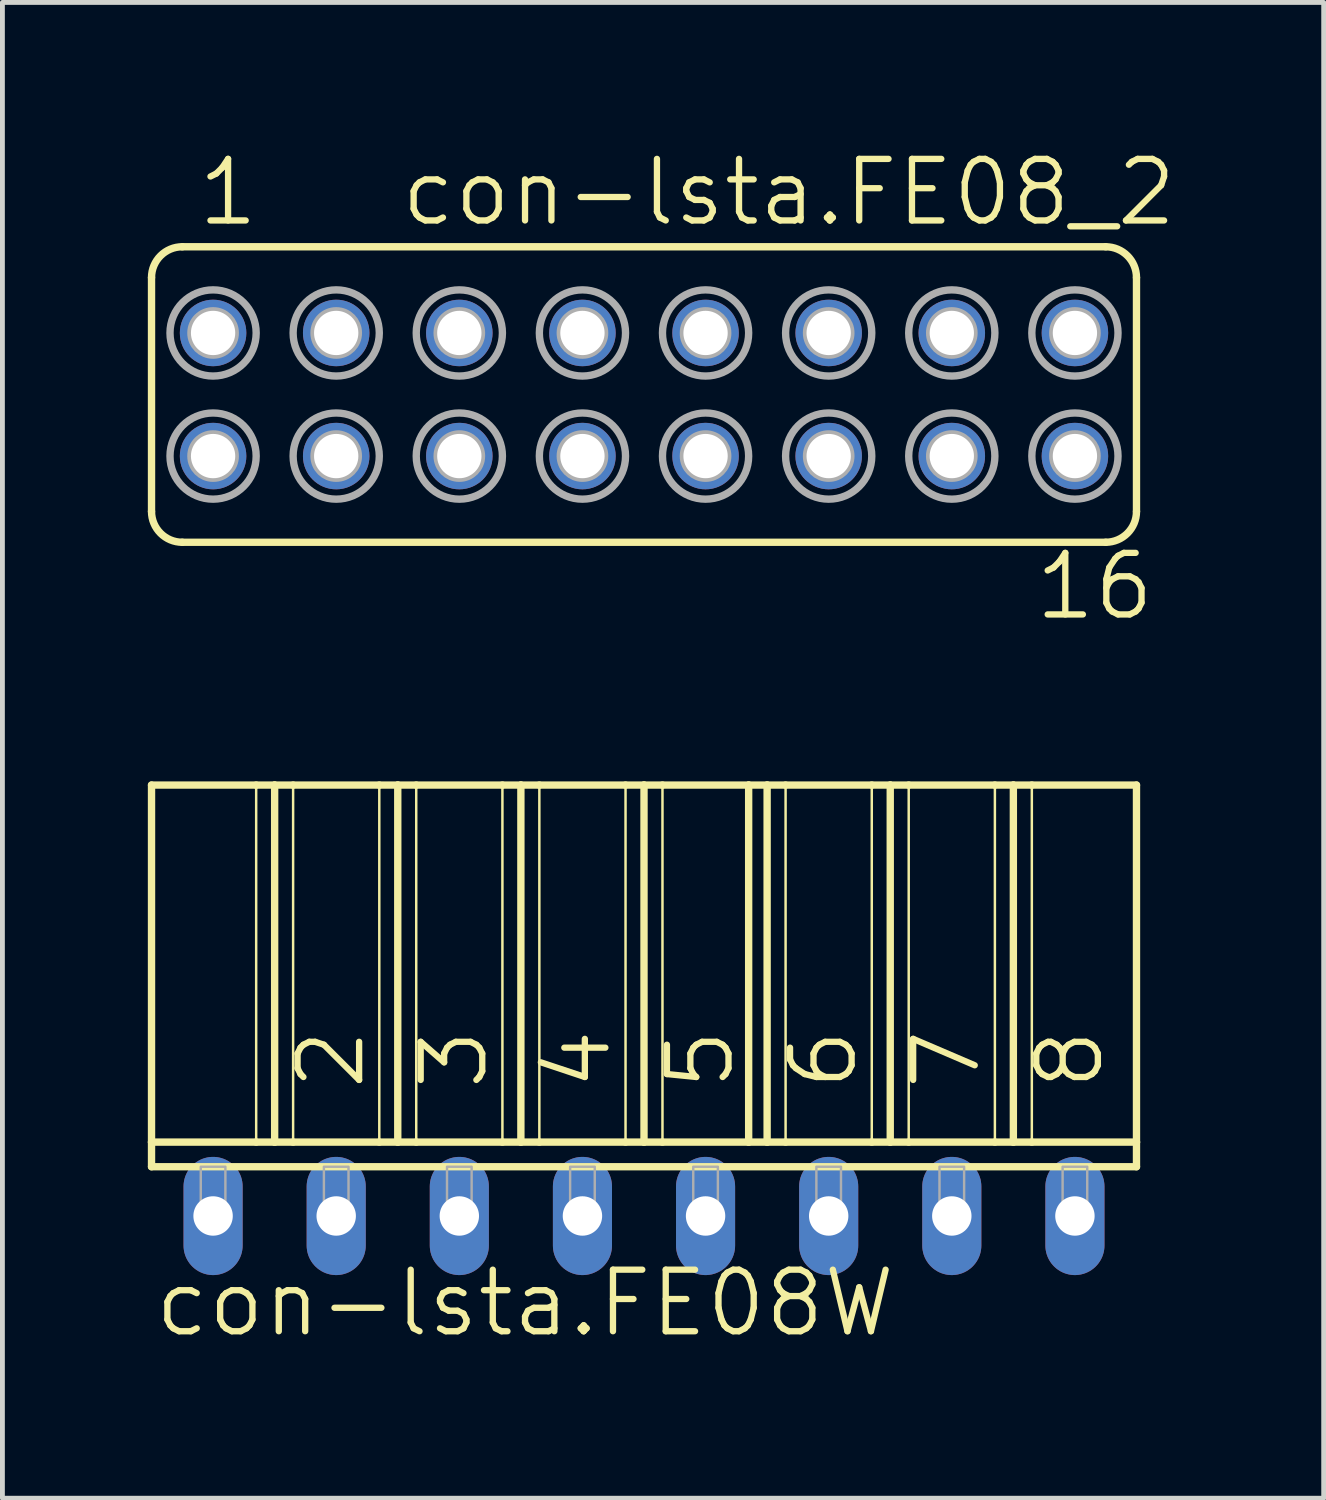
<source format=kicad_pcb>
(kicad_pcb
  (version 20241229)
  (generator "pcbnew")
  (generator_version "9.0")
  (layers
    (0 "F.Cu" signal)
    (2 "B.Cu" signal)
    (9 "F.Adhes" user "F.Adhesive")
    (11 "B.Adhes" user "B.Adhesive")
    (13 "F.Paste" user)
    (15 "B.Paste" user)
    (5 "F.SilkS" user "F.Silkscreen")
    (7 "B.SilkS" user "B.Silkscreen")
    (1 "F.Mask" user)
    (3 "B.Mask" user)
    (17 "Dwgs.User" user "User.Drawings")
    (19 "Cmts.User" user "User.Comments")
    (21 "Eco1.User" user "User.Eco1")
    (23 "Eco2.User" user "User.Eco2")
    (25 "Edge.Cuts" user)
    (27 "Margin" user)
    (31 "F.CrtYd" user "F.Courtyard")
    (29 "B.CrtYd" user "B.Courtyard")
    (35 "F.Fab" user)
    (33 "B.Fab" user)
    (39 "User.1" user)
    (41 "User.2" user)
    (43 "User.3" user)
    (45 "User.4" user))
  (footprint "con-lsta.FE08_2"
    (layer "F.Cu")
    (at 10.236 5.089)
    (property "Reference" "con-lsta.FE08_2" (at -5.08 -3.429 0) (layer "F.SilkS") (effects (font (size 1.27 1.27) (thickness 0.13)) (justify left bottom)))
    (attr through_hole)
    (fp_line (start -10.16 2.413) (end -10.16 -2.413) (stroke (width 0.152) (type default)) (layer "F.SilkS"))
    (fp_line (start -9.525 -3.048) (end 9.525 -3.048) (stroke (width 0.152) (type default)) (layer "F.SilkS"))
    (fp_line (start -9.525 3.048) (end 9.525 3.048) (stroke (width 0.152) (type default)) (layer "F.SilkS"))
    (fp_line (start 10.16 2.413) (end 10.16 -2.413) (stroke (width 0.152) (type default)) (layer "F.SilkS"))
    (fp_arc (start -10.16 -2.413) (mid -9.974013 -2.862013) (end -9.525 -3.048) (stroke (width 0.1524) (type default)) (layer "F.SilkS"))
    (fp_arc (start -9.525 3.048) (mid -9.974013 2.862013) (end -10.16 2.413) (stroke (width 0.1524) (type default)) (layer "F.SilkS"))
    (fp_arc (start 9.525 -3.048) (mid 9.974013 -2.862013) (end 10.16 -2.413) (stroke (width 0.1524) (type default)) (layer "F.SilkS"))
    (fp_arc (start 10.16 2.413) (mid 9.974013 2.862013) (end 9.525 3.048) (stroke (width 0.1524) (type default)) (layer "F.SilkS"))
    (fp_circle (center -8.89 -1.27) (end -8.763 -1.27) (stroke (width 0.406) (type default)) (fill no) (layer "F.Fab"))
    (fp_circle (center -8.89 -1.27) (end -8.001 -1.27) (stroke (width 0.152) (type default)) (fill no) (layer "F.Fab"))
    (fp_circle (center -8.89 1.27) (end -8.763 1.27) (stroke (width 0.406) (type default)) (fill no) (layer "F.Fab"))
    (fp_circle (center -8.89 1.27) (end -8.001 1.27) (stroke (width 0.152) (type default)) (fill no) (layer "F.Fab"))
    (fp_circle (center -6.35 -1.27) (end -6.223 -1.27) (stroke (width 0.406) (type default)) (fill no) (layer "F.Fab"))
    (fp_circle (center -6.35 -1.27) (end -5.461 -1.27) (stroke (width 0.152) (type default)) (fill no) (layer "F.Fab"))
    (fp_circle (center -6.35 1.27) (end -6.223 1.27) (stroke (width 0.406) (type default)) (fill no) (layer "F.Fab"))
    (fp_circle (center -6.35 1.27) (end -5.461 1.27) (stroke (width 0.152) (type default)) (fill no) (layer "F.Fab"))
    (fp_circle (center -3.81 -1.27) (end -3.683 -1.27) (stroke (width 0.406) (type default)) (fill no) (layer "F.Fab"))
    (fp_circle (center -3.81 -1.27) (end -2.921 -1.27) (stroke (width 0.152) (type default)) (fill no) (layer "F.Fab"))
    (fp_circle (center -3.81 1.27) (end -3.683 1.27) (stroke (width 0.406) (type default)) (fill no) (layer "F.Fab"))
    (fp_circle (center -3.81 1.27) (end -2.921 1.27) (stroke (width 0.152) (type default)) (fill no) (layer "F.Fab"))
    (fp_circle (center -1.27 -1.27) (end -1.143 -1.27) (stroke (width 0.406) (type default)) (fill no) (layer "F.Fab"))
    (fp_circle (center -1.27 -1.27) (end -0.381 -1.27) (stroke (width 0.152) (type default)) (fill no) (layer "F.Fab"))
    (fp_circle (center -1.27 1.27) (end -1.143 1.27) (stroke (width 0.406) (type default)) (fill no) (layer "F.Fab"))
    (fp_circle (center -1.27 1.27) (end -0.381 1.27) (stroke (width 0.152) (type default)) (fill no) (layer "F.Fab"))
    (fp_circle (center 1.27 -1.27) (end 1.397 -1.27) (stroke (width 0.406) (type default)) (fill no) (layer "F.Fab"))
    (fp_circle (center 1.27 -1.27) (end 2.159 -1.27) (stroke (width 0.152) (type default)) (fill no) (layer "F.Fab"))
    (fp_circle (center 1.27 1.27) (end 1.397 1.27) (stroke (width 0.406) (type default)) (fill no) (layer "F.Fab"))
    (fp_circle (center 1.27 1.27) (end 2.159 1.27) (stroke (width 0.152) (type default)) (fill no) (layer "F.Fab"))
    (fp_circle (center 3.81 -1.27) (end 3.937 -1.27) (stroke (width 0.406) (type default)) (fill no) (layer "F.Fab"))
    (fp_circle (center 3.81 -1.27) (end 4.699 -1.27) (stroke (width 0.152) (type default)) (fill no) (layer "F.Fab"))
    (fp_circle (center 3.81 1.27) (end 3.937 1.27) (stroke (width 0.406) (type default)) (fill no) (layer "F.Fab"))
    (fp_circle (center 3.81 1.27) (end 4.699 1.27) (stroke (width 0.152) (type default)) (fill no) (layer "F.Fab"))
    (fp_circle (center 6.35 -1.27) (end 6.477 -1.27) (stroke (width 0.406) (type default)) (fill no) (layer "F.Fab"))
    (fp_circle (center 6.35 -1.27) (end 7.239 -1.27) (stroke (width 0.152) (type default)) (fill no) (layer "F.Fab"))
    (fp_circle (center 6.35 1.27) (end 6.477 1.27) (stroke (width 0.406) (type default)) (fill no) (layer "F.Fab"))
    (fp_circle (center 6.35 1.27) (end 7.239 1.27) (stroke (width 0.152) (type default)) (fill no) (layer "F.Fab"))
    (fp_circle (center 8.89 -1.27) (end 9.017 -1.27) (stroke (width 0.406) (type default)) (fill no) (layer "F.Fab"))
    (fp_circle (center 8.89 -1.27) (end 9.779 -1.27) (stroke (width 0.152) (type default)) (fill no) (layer "F.Fab"))
    (fp_circle (center 8.89 1.27) (end 9.017 1.27) (stroke (width 0.406) (type default)) (fill no) (layer "F.Fab"))
    (fp_circle (center 8.89 1.27) (end 9.779 1.27) (stroke (width 0.152) (type default)) (fill no) (layer "F.Fab"))
    (fp_text user "1" (at -9.271 -3.429 0) (layer "F.SilkS") (effects (font (size 1.27 1.27) (thickness 0.13)) (justify left bottom)))
    (fp_text user "16" (at 8.001 4.699 0) (layer "F.SilkS") (effects (font (size 1.27 1.27) (thickness 0.13)) (justify left bottom)))
    (pad "1" thru_hole circle (at -8.89 -1.27) (size 1.372 1.372) (drill 0.914) (layers "*.Cu" "*.Mask"))
    (pad "2" thru_hole circle (at -8.89 1.27) (size 1.372 1.372) (drill 0.914) (layers "*.Cu" "*.Mask"))
    (pad "3" thru_hole circle (at -6.35 -1.27) (size 1.372 1.372) (drill 0.914) (layers "*.Cu" "*.Mask"))
    (pad "4" thru_hole circle (at -6.35 1.27) (size 1.372 1.372) (drill 0.914) (layers "*.Cu" "*.Mask"))
    (pad "5" thru_hole circle (at -3.81 -1.27) (size 1.372 1.372) (drill 0.914) (layers "*.Cu" "*.Mask"))
    (pad "6" thru_hole circle (at -3.81 1.27) (size 1.372 1.372) (drill 0.914) (layers "*.Cu" "*.Mask"))
    (pad "7" thru_hole circle (at -1.27 -1.27) (size 1.372 1.372) (drill 0.914) (layers "*.Cu" "*.Mask"))
    (pad "8" thru_hole circle (at -1.27 1.27) (size 1.372 1.372) (drill 0.914) (layers "*.Cu" "*.Mask"))
    (pad "9" thru_hole circle (at 1.27 -1.27) (size 1.372 1.372) (drill 0.914) (layers "*.Cu" "*.Mask"))
    (pad "10" thru_hole circle (at 1.27 1.27) (size 1.372 1.372) (drill 0.914) (layers "*.Cu" "*.Mask"))
    (pad "11" thru_hole circle (at 3.81 -1.27) (size 1.372 1.372) (drill 0.914) (layers "*.Cu" "*.Mask"))
    (pad "12" thru_hole circle (at 3.81 1.27) (size 1.372 1.372) (drill 0.914) (layers "*.Cu" "*.Mask"))
    (pad "13" thru_hole circle (at 6.35 -1.27) (size 1.372 1.372) (drill 0.914) (layers "*.Cu" "*.Mask"))
    (pad "14" thru_hole circle (at 6.35 1.27) (size 1.372 1.372) (drill 0.914) (layers "*.Cu" "*.Mask"))
    (pad "15" thru_hole circle (at 8.89 -1.27) (size 1.372 1.372) (drill 0.914) (layers "*.Cu" "*.Mask"))
    (pad "16" thru_hole circle (at 8.89 1.27) (size 1.372 1.372) (drill 0.914) (layers "*.Cu" "*.Mask")))
  (footprint "con-lsta.FE08W"
    (layer "F.Cu")
    (at 10.236 22.036)
    (property "Reference" "con-lsta.FE08W" (at -10.16 2.54 0) (layer "F.SilkS") (effects (font (size 1.27 1.27) (thickness 0.13)) (justify left bottom)))
    (attr through_hole)
    (fp_line (start -10.16 -8.89) (end -8.001 -8.89) (stroke (width 0.152) (type default)) (layer "F.SilkS"))
    (fp_line (start -10.16 -1.524) (end -10.16 -8.89) (stroke (width 0.152) (type default)) (layer "F.SilkS"))
    (fp_line (start -10.16 -1.524) (end -8.001 -1.524) (stroke (width 0.152) (type default)) (layer "F.SilkS"))
    (fp_line (start -10.16 -1.016) (end -10.16 -1.524) (stroke (width 0.152) (type default)) (layer "F.SilkS"))
    (fp_line (start -10.16 -1.016) (end 10.16 -1.016) (stroke (width 0.152) (type default)) (layer "F.SilkS"))
    (fp_line (start -8.001 -8.89) (end -8.001 -1.524) (stroke (width 0.051) (type default)) (layer "F.SilkS"))
    (fp_line (start -8.001 -8.89) (end -7.62 -8.89) (stroke (width 0.152) (type default)) (layer "F.SilkS"))
    (fp_line (start -8.001 -1.524) (end -7.62 -1.524) (stroke (width 0.152) (type default)) (layer "F.SilkS"))
    (fp_line (start -7.62 -8.89) (end -7.62 -1.524) (stroke (width 0.152) (type default)) (layer "F.SilkS"))
    (fp_line (start -7.62 -8.89) (end -7.239 -8.89) (stroke (width 0.152) (type default)) (layer "F.SilkS"))
    (fp_line (start -7.62 -1.524) (end -7.239 -1.524) (stroke (width 0.152) (type default)) (layer "F.SilkS"))
    (fp_line (start -7.239 -8.89) (end -7.239 -1.524) (stroke (width 0.051) (type default)) (layer "F.SilkS"))
    (fp_line (start -7.239 -8.89) (end -5.461 -8.89) (stroke (width 0.152) (type default)) (layer "F.SilkS"))
    (fp_line (start -7.239 -1.524) (end -5.461 -1.524) (stroke (width 0.152) (type default)) (layer "F.SilkS"))
    (fp_line (start -5.461 -8.89) (end -5.461 -1.524) (stroke (width 0.051) (type default)) (layer "F.SilkS"))
    (fp_line (start -5.461 -8.89) (end -5.08 -8.89) (stroke (width 0.152) (type default)) (layer "F.SilkS"))
    (fp_line (start -5.461 -1.524) (end -5.08 -1.524) (stroke (width 0.152) (type default)) (layer "F.SilkS"))
    (fp_line (start -5.08 -8.89) (end -5.08 -1.524) (stroke (width 0.152) (type default)) (layer "F.SilkS"))
    (fp_line (start -5.08 -8.89) (end -4.699 -8.89) (stroke (width 0.152) (type default)) (layer "F.SilkS"))
    (fp_line (start -5.08 -1.524) (end -4.699 -1.524) (stroke (width 0.152) (type default)) (layer "F.SilkS"))
    (fp_line (start -4.699 -8.89) (end -4.699 -1.524) (stroke (width 0.051) (type default)) (layer "F.SilkS"))
    (fp_line (start -4.699 -8.89) (end -2.921 -8.89) (stroke (width 0.152) (type default)) (layer "F.SilkS"))
    (fp_line (start -4.699 -1.524) (end -2.921 -1.524) (stroke (width 0.152) (type default)) (layer "F.SilkS"))
    (fp_line (start -2.921 -8.89) (end -2.921 -1.524) (stroke (width 0.051) (type default)) (layer "F.SilkS"))
    (fp_line (start -2.921 -8.89) (end -2.54 -8.89) (stroke (width 0.152) (type default)) (layer "F.SilkS"))
    (fp_line (start -2.921 -1.524) (end -2.54 -1.524) (stroke (width 0.152) (type default)) (layer "F.SilkS"))
    (fp_line (start -2.54 -8.89) (end -2.54 -1.524) (stroke (width 0.152) (type default)) (layer "F.SilkS"))
    (fp_line (start -2.54 -8.89) (end -2.159 -8.89) (stroke (width 0.152) (type default)) (layer "F.SilkS"))
    (fp_line (start -2.54 -1.524) (end -2.159 -1.524) (stroke (width 0.152) (type default)) (layer "F.SilkS"))
    (fp_line (start -2.159 -8.89) (end -2.159 -1.524) (stroke (width 0.051) (type default)) (layer "F.SilkS"))
    (fp_line (start -2.159 -8.89) (end -0.381 -8.89) (stroke (width 0.152) (type default)) (layer "F.SilkS"))
    (fp_line (start -2.159 -1.524) (end -0.381 -1.524) (stroke (width 0.152) (type default)) (layer "F.SilkS"))
    (fp_line (start -0.381 -8.89) (end -0.381 -1.524) (stroke (width 0.051) (type default)) (layer "F.SilkS"))
    (fp_line (start -0.381 -8.89) (end 0 -8.89) (stroke (width 0.152) (type default)) (layer "F.SilkS"))
    (fp_line (start -0.381 -1.524) (end 0 -1.524) (stroke (width 0.152) (type default)) (layer "F.SilkS"))
    (fp_line (start 0 -8.89) (end 0 -1.524) (stroke (width 0.152) (type default)) (layer "F.SilkS"))
    (fp_line (start 0 -8.89) (end 0.381 -8.89) (stroke (width 0.152) (type default)) (layer "F.SilkS"))
    (fp_line (start 0 -1.524) (end 0.381 -1.524) (stroke (width 0.152) (type default)) (layer "F.SilkS"))
    (fp_line (start 0.381 -8.89) (end 0.381 -1.524) (stroke (width 0.051) (type default)) (layer "F.SilkS"))
    (fp_line (start 0.381 -8.89) (end 2.159 -8.89) (stroke (width 0.152) (type default)) (layer "F.SilkS"))
    (fp_line (start 0.381 -1.524) (end 2.159 -1.524) (stroke (width 0.152) (type default)) (layer "F.SilkS"))
    (fp_line (start 2.159 -8.89) (end 2.159 -1.524) (stroke (width 0.152) (type default)) (layer "F.SilkS"))
    (fp_line (start 2.159 -8.89) (end 2.54 -8.89) (stroke (width 0.152) (type default)) (layer "F.SilkS"))
    (fp_line (start 2.159 -1.524) (end 2.54 -1.524) (stroke (width 0.152) (type default)) (layer "F.SilkS"))
    (fp_line (start 2.54 -8.89) (end 2.54 -1.524) (stroke (width 0.152) (type default)) (layer "F.SilkS"))
    (fp_line (start 2.54 -8.89) (end 2.921 -8.89) (stroke (width 0.152) (type default)) (layer "F.SilkS"))
    (fp_line (start 2.54 -1.524) (end 2.921 -1.524) (stroke (width 0.152) (type default)) (layer "F.SilkS"))
    (fp_line (start 2.921 -8.89) (end 2.921 -1.524) (stroke (width 0.051) (type default)) (layer "F.SilkS"))
    (fp_line (start 2.921 -8.89) (end 4.699 -8.89) (stroke (width 0.152) (type default)) (layer "F.SilkS"))
    (fp_line (start 2.921 -1.524) (end 4.699 -1.524) (stroke (width 0.152) (type default)) (layer "F.SilkS"))
    (fp_line (start 4.699 -8.89) (end 4.699 -1.524) (stroke (width 0.051) (type default)) (layer "F.SilkS"))
    (fp_line (start 4.699 -8.89) (end 5.08 -8.89) (stroke (width 0.152) (type default)) (layer "F.SilkS"))
    (fp_line (start 4.699 -1.524) (end 5.08 -1.524) (stroke (width 0.152) (type default)) (layer "F.SilkS"))
    (fp_line (start 5.08 -8.89) (end 5.08 -1.524) (stroke (width 0.152) (type default)) (layer "F.SilkS"))
    (fp_line (start 5.08 -8.89) (end 5.461 -8.89) (stroke (width 0.152) (type default)) (layer "F.SilkS"))
    (fp_line (start 5.08 -1.524) (end 5.461 -1.524) (stroke (width 0.152) (type default)) (layer "F.SilkS"))
    (fp_line (start 5.461 -8.89) (end 5.461 -1.524) (stroke (width 0.051) (type default)) (layer "F.SilkS"))
    (fp_line (start 5.461 -8.89) (end 7.239 -8.89) (stroke (width 0.152) (type default)) (layer "F.SilkS"))
    (fp_line (start 5.461 -1.524) (end 7.239 -1.524) (stroke (width 0.152) (type default)) (layer "F.SilkS"))
    (fp_line (start 7.239 -8.89) (end 7.239 -1.524) (stroke (width 0.051) (type default)) (layer "F.SilkS"))
    (fp_line (start 7.239 -8.89) (end 7.62 -8.89) (stroke (width 0.152) (type default)) (layer "F.SilkS"))
    (fp_line (start 7.239 -1.524) (end 7.62 -1.524) (stroke (width 0.152) (type default)) (layer "F.SilkS"))
    (fp_line (start 7.62 -8.89) (end 7.62 -1.524) (stroke (width 0.152) (type default)) (layer "F.SilkS"))
    (fp_line (start 7.62 -8.89) (end 8.001 -8.89) (stroke (width 0.152) (type default)) (layer "F.SilkS"))
    (fp_line (start 7.62 -1.524) (end 8.001 -1.524) (stroke (width 0.152) (type default)) (layer "F.SilkS"))
    (fp_line (start 8.001 -8.89) (end 8.001 -1.524) (stroke (width 0.051) (type default)) (layer "F.SilkS"))
    (fp_line (start 8.001 -8.89) (end 10.16 -8.89) (stroke (width 0.152) (type default)) (layer "F.SilkS"))
    (fp_line (start 8.001 -1.524) (end 10.16 -1.524) (stroke (width 0.152) (type default)) (layer "F.SilkS"))
    (fp_line (start 10.16 -8.89) (end 10.16 -1.524) (stroke (width 0.152) (type default)) (layer "F.SilkS"))
    (fp_line (start 10.16 -1.524) (end 10.16 -1.016) (stroke (width 0.152) (type default)) (layer "F.SilkS"))
    (fp_rect (start -9.144 0) (end -8.636 -1.016) (stroke (width 0.05) (type default)) (fill no) (layer "F.Fab"))
    (fp_rect (start -6.604 0) (end -6.096 -1.016) (stroke (width 0.05) (type default)) (fill no) (layer "F.Fab"))
    (fp_rect (start -4.064 0) (end -3.556 -1.016) (stroke (width 0.05) (type default)) (fill no) (layer "F.Fab"))
    (fp_rect (start -1.524 0) (end -1.016 -1.016) (stroke (width 0.05) (type default)) (fill no) (layer "F.Fab"))
    (fp_rect (start 1.016 0) (end 1.524 -1.016) (stroke (width 0.05) (type default)) (fill no) (layer "F.Fab"))
    (fp_rect (start 3.556 0) (end 4.064 -1.016) (stroke (width 0.05) (type default)) (fill no) (layer "F.Fab"))
    (fp_rect (start 6.096 0) (end 6.604 -1.016) (stroke (width 0.05) (type default)) (fill no) (layer "F.Fab"))
    (fp_rect (start 8.636 0) (end 9.144 -1.016) (stroke (width 0.05) (type default)) (fill no) (layer "F.Fab"))
    (fp_text user "6" (at 4.445 -2.54 90) (layer "F.SilkS") (effects (font (size 1.27 1.27) (thickness 0.13)) (justify left bottom)))
    (fp_text user "8" (at 9.525 -2.54 90) (layer "F.SilkS") (effects (font (size 1.27 1.27) (thickness 0.13)) (justify left bottom)))
    (fp_text user "2" (at -5.715 -2.54 90) (layer "F.SilkS") (effects (font (size 1.27 1.27) (thickness 0.13)) (justify left bottom)))
    (fp_text user "5" (at 1.905 -2.54 90) (layer "F.SilkS") (effects (font (size 1.27 1.27) (thickness 0.13)) (justify left bottom)))
    (fp_text user "7" (at 6.985 -2.54 90) (layer "F.SilkS") (effects (font (size 1.27 1.27) (thickness 0.13)) (justify left bottom)))
    (fp_text user "4" (at -0.635 -2.54 90) (layer "F.SilkS") (effects (font (size 1.27 1.27) (thickness 0.13)) (justify left bottom)))
    (fp_text user "3" (at -3.175 -2.54 90) (layer "F.SilkS") (effects (font (size 1.27 1.27) (thickness 0.13)) (justify left bottom)))
    (pad "1" thru_hole oval (at -8.89 0 90) (size 2.438 1.219) (drill 0.813) (layers "*.Cu" "*.Mask"))
    (pad "2" thru_hole oval (at -6.35 0 90) (size 2.438 1.219) (drill 0.813) (layers "*.Cu" "*.Mask"))
    (pad "3" thru_hole oval (at -3.81 0 90) (size 2.438 1.219) (drill 0.813) (layers "*.Cu" "*.Mask"))
    (pad "4" thru_hole oval (at -1.27 0 90) (size 2.438 1.219) (drill 0.813) (layers "*.Cu" "*.Mask"))
    (pad "5" thru_hole oval (at 1.27 0 90) (size 2.438 1.219) (drill 0.813) (layers "*.Cu" "*.Mask"))
    (pad "6" thru_hole oval (at 3.81 0 90) (size 2.438 1.219) (drill 0.813) (layers "*.Cu" "*.Mask"))
    (pad "7" thru_hole oval (at 6.35 0 90) (size 2.438 1.219) (drill 0.813) (layers "*.Cu" "*.Mask"))
    (pad "8" thru_hole oval (at 8.89 0 90) (size 2.438 1.219) (drill 0.813) (layers "*.Cu" "*.Mask")))
  (gr_rect
    (start -3 -3)
    (end 24.258 27.859)
    (stroke (width 0.1) (type default))
    (fill no)
    (layer "Edge.Cuts")))
</source>
